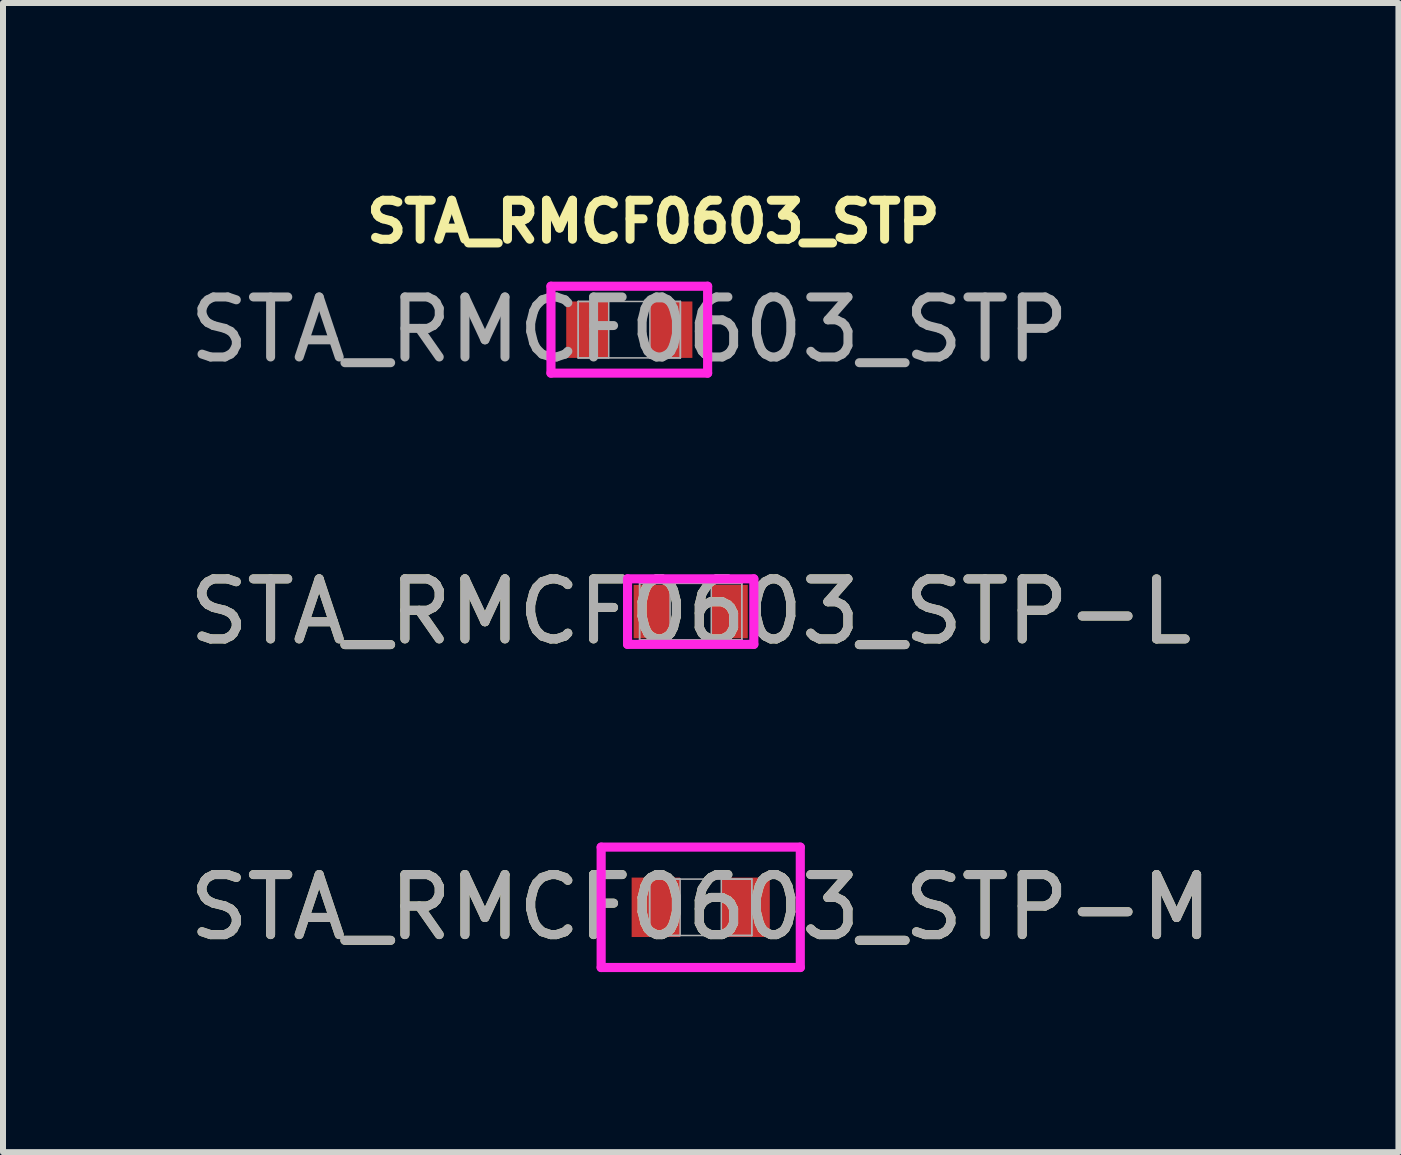
<source format=kicad_pcb>
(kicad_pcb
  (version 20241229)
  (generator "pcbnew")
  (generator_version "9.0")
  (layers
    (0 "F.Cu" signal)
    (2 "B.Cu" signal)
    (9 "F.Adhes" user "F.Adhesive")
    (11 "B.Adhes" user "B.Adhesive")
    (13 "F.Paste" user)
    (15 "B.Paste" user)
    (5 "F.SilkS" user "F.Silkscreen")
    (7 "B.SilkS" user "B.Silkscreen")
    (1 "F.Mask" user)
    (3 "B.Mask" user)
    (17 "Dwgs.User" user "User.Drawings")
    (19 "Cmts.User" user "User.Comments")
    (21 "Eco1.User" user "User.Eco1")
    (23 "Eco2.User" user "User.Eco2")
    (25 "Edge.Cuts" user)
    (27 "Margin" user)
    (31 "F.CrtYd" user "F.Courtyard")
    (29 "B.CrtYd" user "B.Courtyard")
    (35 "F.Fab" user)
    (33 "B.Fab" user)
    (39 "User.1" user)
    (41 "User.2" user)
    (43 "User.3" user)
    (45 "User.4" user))
  (footprint "STA_RMCF0603_STP-L"
    (layer "F.Cu")
    (at 8.458 7.14)
    (property "Reference" "STA_RMCF0603_STP-L" (at 0 0 0) (unlocked yes) (layer "F.SilkS") (effects (font (size 1 1) (thickness 0.15))))
    (attr smd)
    (fp_line (start -1.052 -0.546) (end 1.052 -0.546) (stroke (width 0.152) (type solid)) (layer "F.CrtYd"))
    (fp_line (start -1.052 0.546) (end -1.052 -0.546) (stroke (width 0.152) (type solid)) (layer "F.CrtYd"))
    (fp_line (start 1.052 -0.546) (end 1.052 0.546) (stroke (width 0.152) (type solid)) (layer "F.CrtYd"))
    (fp_line (start 1.052 0.546) (end -1.052 0.546) (stroke (width 0.152) (type solid)) (layer "F.CrtYd"))
    (fp_line (start -0.851 -0.47) (end -0.851 0.47) (stroke (width 0.025) (type solid)) (layer "F.Fab"))
    (fp_line (start -0.851 -0.47) (end -0.851 0.47) (stroke (width 0.025) (type solid)) (layer "F.Fab"))
    (fp_line (start -0.851 0.47) (end -0.343 0.47) (stroke (width 0.025) (type solid)) (layer "F.Fab"))
    (fp_line (start -0.851 0.47) (end 0.851 0.47) (stroke (width 0.025) (type solid)) (layer "F.Fab"))
    (fp_line (start -0.343 -0.47) (end -0.851 -0.47) (stroke (width 0.025) (type solid)) (layer "F.Fab"))
    (fp_line (start -0.343 0.47) (end -0.343 -0.47) (stroke (width 0.025) (type solid)) (layer "F.Fab"))
    (fp_line (start 0.343 -0.47) (end 0.343 0.47) (stroke (width 0.025) (type solid)) (layer "F.Fab"))
    (fp_line (start 0.343 0.47) (end 0.851 0.47) (stroke (width 0.025) (type solid)) (layer "F.Fab"))
    (fp_line (start 0.851 -0.47) (end -0.851 -0.47) (stroke (width 0.025) (type solid)) (layer "F.Fab"))
    (fp_line (start 0.851 -0.47) (end 0.343 -0.47) (stroke (width 0.025) (type solid)) (layer "F.Fab"))
    (fp_line (start 0.851 0.47) (end 0.851 -0.47) (stroke (width 0.025) (type solid)) (layer "F.Fab"))
    (fp_line (start 0.851 0.47) (end 0.851 -0.47) (stroke (width 0.025) (type solid)) (layer "F.Fab"))
    (fp_text user "${REFERENCE}" (at 0 0 0) (unlocked yes) (layer "F.Fab") (effects (font (size 1 1) (thickness 0.15))))
    (pad "1" smd rect (at -0.647 0) (size 0.608 0.89) (layers "F.Cu" "F.Mask" "F.Paste"))
    (pad "2" smd rect (at 0.647 0) (size 0.608 0.89) (layers "F.Cu" "F.Mask" "F.Paste"))
    (zone (net_name "") (layer "F.Cu") (hatch full 0.508) (connect_pads) (min_thickness 0.254) (filled_areas_thickness no) (keepout (tracks not_allowed) (vias not_allowed) (pads allowed) (copperpour not_allowed) (footprints allowed)) (placement (enabled no)) (fill) (polygon (pts (xy 8.166 6.721) (xy 8.75 6.721) (xy 8.75 7.559) (xy 8.166 7.559)))))
  (footprint "STA_RMCF0603_STP"
    (layer "F.Cu")
    (at 7.435 2.443)
    (property "Reference" "STA_RMCF0603_STP" (at 0.4 -1.8 0) (unlocked yes) (layer "F.SilkS") (effects (font (size 0.65 0.65) (thickness 0.15))))
    (attr smd)
    (fp_line (start -1.305 -0.724) (end 1.305 -0.724) (stroke (width 0.152) (type solid)) (layer "F.CrtYd"))
    (fp_line (start -1.305 0.724) (end -1.305 -0.724) (stroke (width 0.152) (type solid)) (layer "F.CrtYd"))
    (fp_line (start 1.305 -0.724) (end 1.305 0.724) (stroke (width 0.152) (type solid)) (layer "F.CrtYd"))
    (fp_line (start 1.305 0.724) (end -1.305 0.724) (stroke (width 0.152) (type solid)) (layer "F.CrtYd"))
    (fp_line (start -0.851 -0.47) (end -0.851 0.47) (stroke (width 0.025) (type solid)) (layer "F.Fab"))
    (fp_line (start -0.851 -0.47) (end -0.851 0.47) (stroke (width 0.025) (type solid)) (layer "F.Fab"))
    (fp_line (start -0.851 0.47) (end -0.343 0.47) (stroke (width 0.025) (type solid)) (layer "F.Fab"))
    (fp_line (start -0.851 0.47) (end 0.851 0.47) (stroke (width 0.025) (type solid)) (layer "F.Fab"))
    (fp_line (start -0.343 -0.47) (end -0.851 -0.47) (stroke (width 0.025) (type solid)) (layer "F.Fab"))
    (fp_line (start -0.343 0.47) (end -0.343 -0.47) (stroke (width 0.025) (type solid)) (layer "F.Fab"))
    (fp_line (start 0.343 -0.47) (end 0.343 0.47) (stroke (width 0.025) (type solid)) (layer "F.Fab"))
    (fp_line (start 0.343 0.47) (end 0.851 0.47) (stroke (width 0.025) (type solid)) (layer "F.Fab"))
    (fp_line (start 0.851 -0.47) (end -0.851 -0.47) (stroke (width 0.025) (type solid)) (layer "F.Fab"))
    (fp_line (start 0.851 -0.47) (end 0.343 -0.47) (stroke (width 0.025) (type solid)) (layer "F.Fab"))
    (fp_line (start 0.851 0.47) (end 0.851 -0.47) (stroke (width 0.025) (type solid)) (layer "F.Fab"))
    (fp_line (start 0.851 0.47) (end 0.851 -0.47) (stroke (width 0.025) (type solid)) (layer "F.Fab"))
    (fp_text user "${REFERENCE}" (at 0 0 0) (unlocked yes) (layer "F.Fab") (effects (font (size 1 1) (thickness 0.15))))
    (pad "1" smd rect (at -0.697 0) (size 0.708 0.94) (layers "F.Cu" "F.Mask" "F.Paste"))
    (pad "2" smd rect (at 0.697 0) (size 0.708 0.94) (layers "F.Cu" "F.Mask" "F.Paste"))
    (zone (net_name "") (layer "F.Cu") (hatch full 0.508) (connect_pads) (min_thickness 0.254) (filled_areas_thickness no) (keepout (tracks not_allowed) (vias not_allowed) (pads allowed) (copperpour not_allowed) (footprints allowed)) (placement (enabled no)) (fill) (polygon (pts (xy 7.142 2.024) (xy 7.727 2.024) (xy 7.727 2.863) (xy 7.142 2.863)))))
  (footprint "STA_RMCF0603_STP-M"
    (layer "F.Cu")
    (at 8.625 12.067)
    (property "Reference" "STA_RMCF0603_STP-M" (at 0 0 0) (unlocked yes) (layer "F.SilkS") (effects (font (size 1 1) (thickness 0.15))))
    (attr smd)
    (fp_line (start -1.659 -1.003) (end 1.659 -1.003) (stroke (width 0.152) (type solid)) (layer "F.CrtYd"))
    (fp_line (start -1.659 1.003) (end -1.659 -1.003) (stroke (width 0.152) (type solid)) (layer "F.CrtYd"))
    (fp_line (start 1.659 -1.003) (end 1.659 1.003) (stroke (width 0.152) (type solid)) (layer "F.CrtYd"))
    (fp_line (start 1.659 1.003) (end -1.659 1.003) (stroke (width 0.152) (type solid)) (layer "F.CrtYd"))
    (fp_line (start -0.851 -0.47) (end -0.851 0.47) (stroke (width 0.025) (type solid)) (layer "F.Fab"))
    (fp_line (start -0.851 -0.47) (end -0.851 0.47) (stroke (width 0.025) (type solid)) (layer "F.Fab"))
    (fp_line (start -0.851 0.47) (end -0.343 0.47) (stroke (width 0.025) (type solid)) (layer "F.Fab"))
    (fp_line (start -0.851 0.47) (end 0.851 0.47) (stroke (width 0.025) (type solid)) (layer "F.Fab"))
    (fp_line (start -0.343 -0.47) (end -0.851 -0.47) (stroke (width 0.025) (type solid)) (layer "F.Fab"))
    (fp_line (start -0.343 0.47) (end -0.343 -0.47) (stroke (width 0.025) (type solid)) (layer "F.Fab"))
    (fp_line (start 0.343 -0.47) (end 0.343 0.47) (stroke (width 0.025) (type solid)) (layer "F.Fab"))
    (fp_line (start 0.343 0.47) (end 0.851 0.47) (stroke (width 0.025) (type solid)) (layer "F.Fab"))
    (fp_line (start 0.851 -0.47) (end -0.851 -0.47) (stroke (width 0.025) (type solid)) (layer "F.Fab"))
    (fp_line (start 0.851 -0.47) (end 0.343 -0.47) (stroke (width 0.025) (type solid)) (layer "F.Fab"))
    (fp_line (start 0.851 0.47) (end 0.851 -0.47) (stroke (width 0.025) (type solid)) (layer "F.Fab"))
    (fp_line (start 0.851 0.47) (end 0.851 -0.47) (stroke (width 0.025) (type solid)) (layer "F.Fab"))
    (fp_text user "${REFERENCE}" (at 0 0 0) (unlocked yes) (layer "F.Fab") (effects (font (size 1 1) (thickness 0.15))))
    (pad "1" smd rect (at -0.747 0) (size 0.808 0.99) (layers "F.Cu" "F.Mask" "F.Paste"))
    (pad "2" smd rect (at 0.747 0) (size 0.808 0.99) (layers "F.Cu" "F.Mask" "F.Paste"))
    (zone (net_name "") (layer "F.Cu") (hatch full 0.508) (connect_pads) (min_thickness 0.254) (filled_areas_thickness no) (keepout (tracks not_allowed) (vias not_allowed) (pads allowed) (copperpour not_allowed) (footprints allowed)) (placement (enabled no)) (fill) (polygon (pts (xy 8.333 11.648) (xy 8.917 11.648) (xy 8.917 12.486) (xy 8.333 12.486)))))
  (gr_rect
    (start -3 -3)
    (end 20.25 16.146)
    (stroke (width 0.1) (type default))
    (fill no)
    (layer "Edge.Cuts")))
</source>
